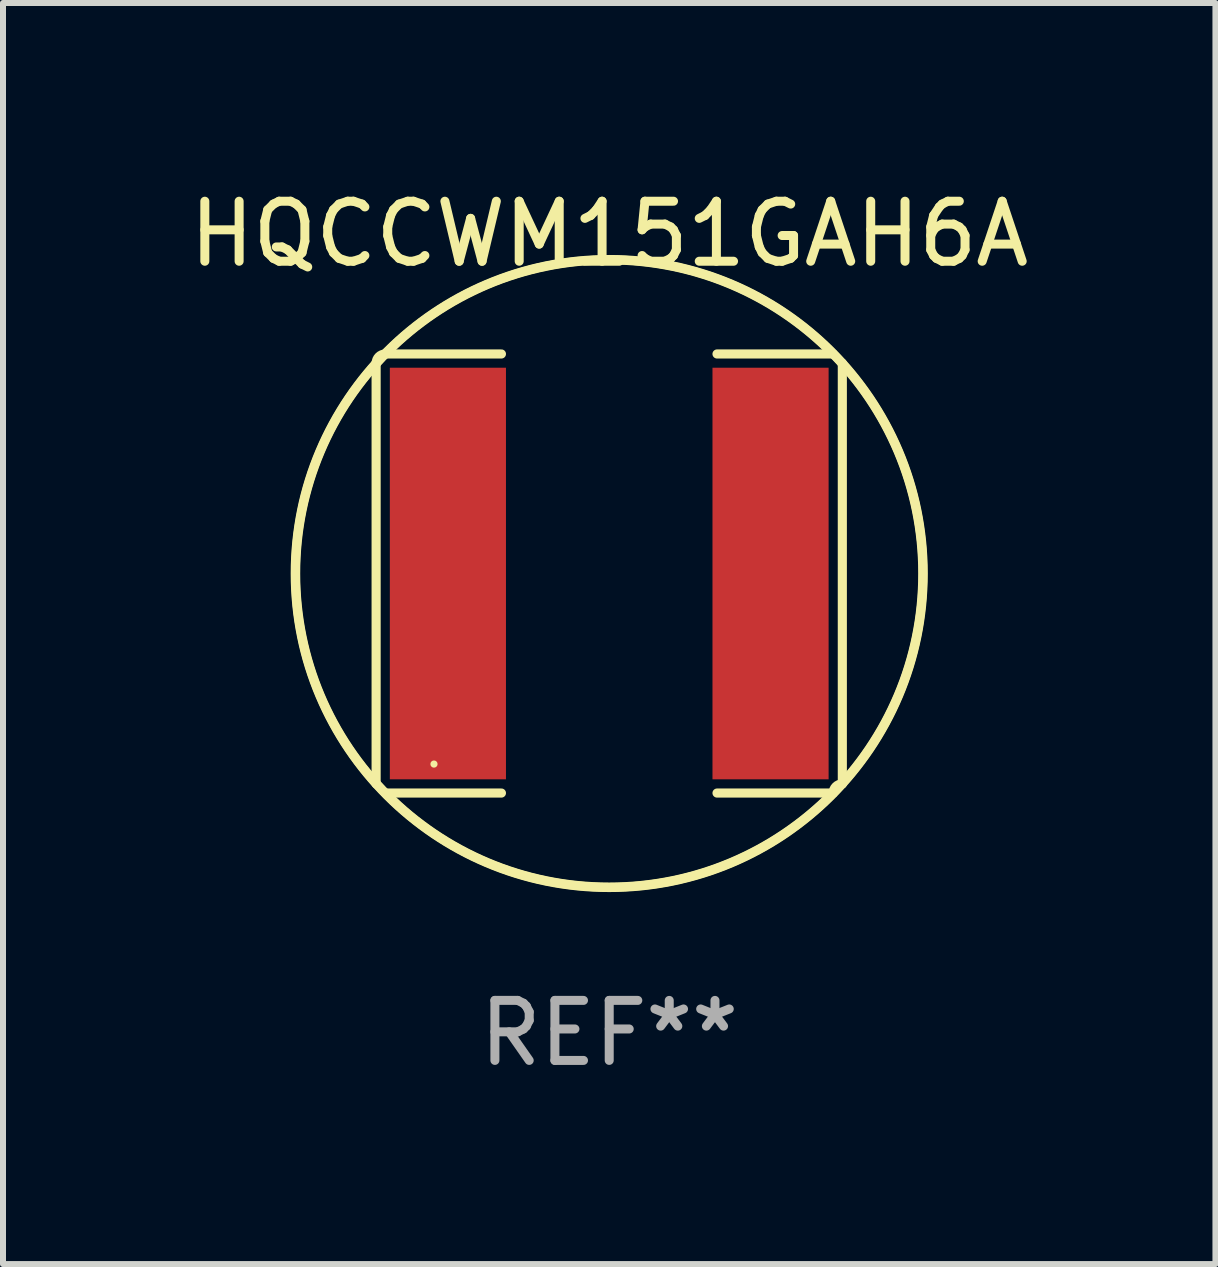
<source format=kicad_pcb>
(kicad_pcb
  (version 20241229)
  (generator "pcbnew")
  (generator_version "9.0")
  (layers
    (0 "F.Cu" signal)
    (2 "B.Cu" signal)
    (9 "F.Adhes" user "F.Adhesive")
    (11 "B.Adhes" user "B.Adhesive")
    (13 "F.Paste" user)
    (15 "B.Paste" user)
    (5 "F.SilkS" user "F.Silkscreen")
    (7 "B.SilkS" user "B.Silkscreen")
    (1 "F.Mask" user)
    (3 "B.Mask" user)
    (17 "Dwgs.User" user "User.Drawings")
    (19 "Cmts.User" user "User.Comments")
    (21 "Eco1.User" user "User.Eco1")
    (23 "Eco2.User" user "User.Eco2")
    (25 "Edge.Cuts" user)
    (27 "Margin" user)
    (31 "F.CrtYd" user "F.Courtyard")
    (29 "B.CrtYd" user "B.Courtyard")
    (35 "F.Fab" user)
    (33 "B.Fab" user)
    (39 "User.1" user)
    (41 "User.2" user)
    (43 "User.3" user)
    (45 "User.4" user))
  (footprint "HQCCWM151GAH6A"
    (layer "F.Cu")
    (at 7.101 6.506)
    (property "Reference" "HQCCWM151GAH6A" (at 0 -5.658 0) (layer "F.SilkS") (effects (font (size 1 1) (thickness 0.15))))
    (attr through_hole)
    (fp_line (start -3.884 -3.505) (end -3.884 3.505) (stroke (width 0.152) (type solid)) (layer "F.SilkS"))
    (fp_line (start -3.731 3.658) (end -1.796 3.658) (stroke (width 0.152) (type solid)) (layer "F.SilkS"))
    (fp_line (start -1.796 -3.658) (end -3.731 -3.658) (stroke (width 0.152) (type solid)) (layer "F.SilkS"))
    (fp_line (start 1.796 -3.658) (end 3.731 -3.658) (stroke (width 0.152) (type solid)) (layer "F.SilkS"))
    (fp_line (start 3.731 3.658) (end 1.796 3.658) (stroke (width 0.152) (type solid)) (layer "F.SilkS"))
    (fp_line (start 3.884 -3.505) (end 3.884 3.505) (stroke (width 0.152) (type solid)) (layer "F.SilkS"))
    (fp_arc (start -3.8836 -3.505199) (mid -3.838963 -3.612963) (end -3.731199 -3.6576) (stroke (width 0.1524) (type solid)) (layer "F.SilkS"))
    (fp_arc (start -3.883599 3.505199) (mid 3.883577 -3.505177) (end -3.883599 3.505199) (stroke (width 0.1524) (type solid)) (layer "F.SilkS"))
    (fp_arc (start 3.731198 3.6576) (mid 3.775835 3.549836) (end 3.883599 3.505199) (stroke (width 0.1524) (type solid)) (layer "F.SilkS"))
    (fp_arc (start 3.731199 -3.6576) (mid -3.731221 3.657622) (end 3.731199 -3.6576) (stroke (width 0.1524) (type solid)) (layer "F.SilkS"))
    (fp_circle (center -2.92 3.175) (end -2.89 3.175) (stroke (width 0.06) (type solid)) (fill no) (layer "F.SilkS"))
    (fp_text user "REF**" (at 0 7.658 0) (layer "F.Fab") (effects (font (size 1 1) (thickness 0.15))))
    (pad "1" smd rect (at -2.688 0) (size 1.935 6.858) (layers "F.Cu" "F.Mask" "F.Paste"))
    (pad "2" smd rect (at 2.688 0) (size 1.935 6.858) (layers "F.Cu" "F.Mask" "F.Paste")))
  (gr_rect
    (start -3 -3)
    (end 17.202 18.012)
    (stroke (width 0.1) (type default))
    (fill no)
    (layer "Edge.Cuts")))
</source>
